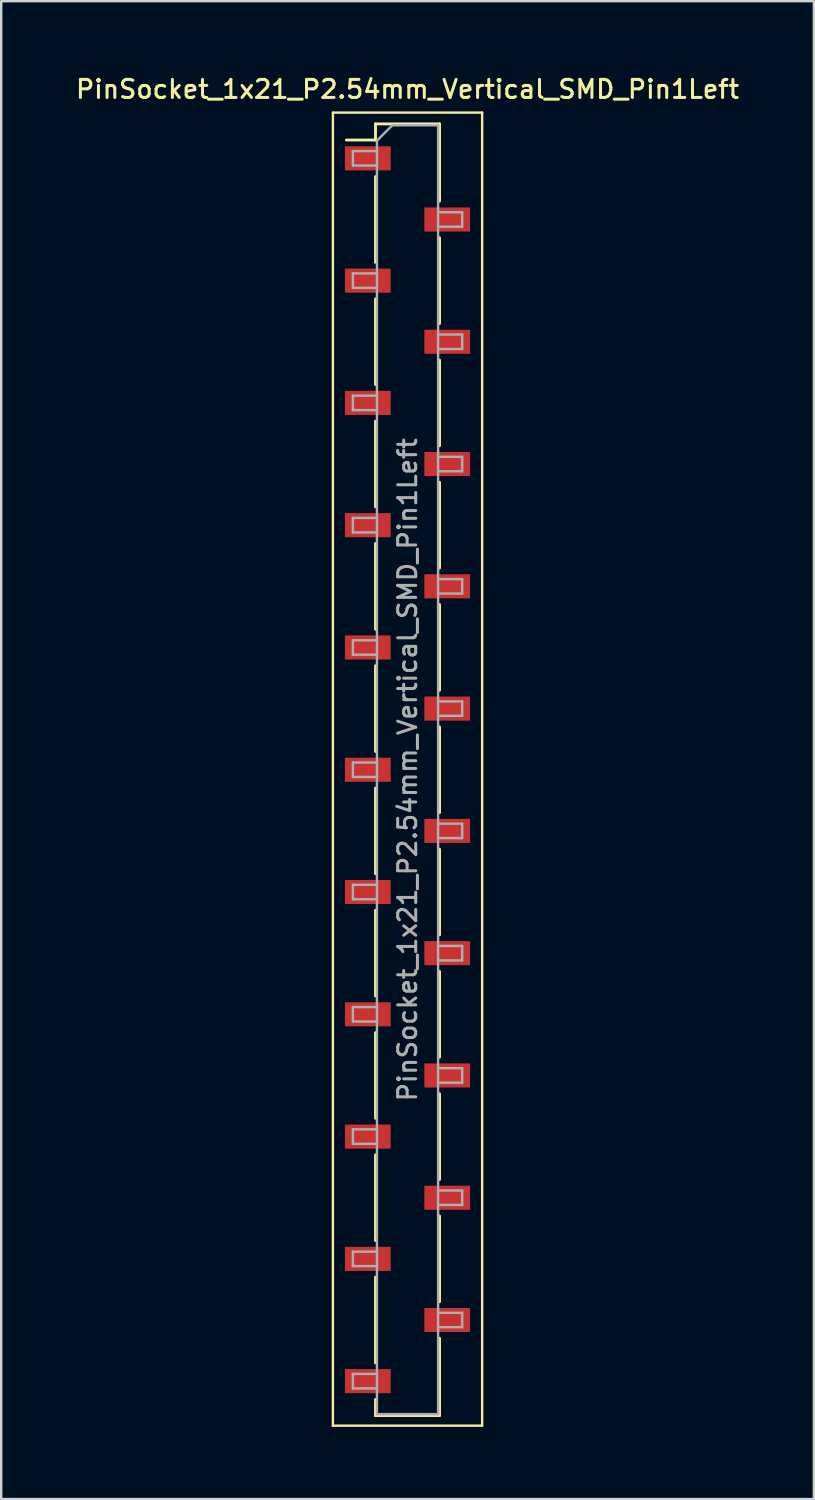
<source format=kicad_pcb>
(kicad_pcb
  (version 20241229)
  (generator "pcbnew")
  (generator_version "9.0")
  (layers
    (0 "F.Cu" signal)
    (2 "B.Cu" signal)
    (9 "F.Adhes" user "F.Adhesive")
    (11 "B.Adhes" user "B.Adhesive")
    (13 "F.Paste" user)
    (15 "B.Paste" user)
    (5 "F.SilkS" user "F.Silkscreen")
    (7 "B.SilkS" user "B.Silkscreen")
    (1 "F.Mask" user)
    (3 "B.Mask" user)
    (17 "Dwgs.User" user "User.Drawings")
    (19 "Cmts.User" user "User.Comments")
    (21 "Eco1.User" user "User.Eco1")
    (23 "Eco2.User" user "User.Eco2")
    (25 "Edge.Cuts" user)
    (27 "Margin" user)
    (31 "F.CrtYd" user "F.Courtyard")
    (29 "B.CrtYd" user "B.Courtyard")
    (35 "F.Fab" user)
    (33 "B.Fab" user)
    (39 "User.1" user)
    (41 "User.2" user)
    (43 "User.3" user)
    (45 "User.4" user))
  (footprint "PinSocket_1x21_P2.54mm_Vertical_SMD_Pin1Left"
    (layer "F.Cu")
    (at 13.88 28.928)
    (property "Reference" "PinSocket_1x21_P2.54mm_Vertical_SMD_Pin1Left" (at 0 -28.27 0) (layer "F.SilkS") (effects (font (size 0.75 0.75) (thickness 0.125))))
    (attr smd)
    (fp_line (start -3.1 -27.3) (end 3.1 -27.3) (stroke (width 0.1) (type solid)) (layer "F.SilkS"))
    (fp_line (start -3.1 27.25) (end -3.1 -27.3) (stroke (width 0.1) (type solid)) (layer "F.SilkS"))
    (fp_line (start -2.54 -26.16) (end -1.33 -26.16) (stroke (width 0.12) (type solid)) (layer "F.SilkS"))
    (fp_line (start -1.33 -26.83) (end -1.33 -26.16) (stroke (width 0.12) (type solid)) (layer "F.SilkS"))
    (fp_line (start -1.33 -26.83) (end 1.33 -26.83) (stroke (width 0.12) (type solid)) (layer "F.SilkS"))
    (fp_line (start -1.33 -24.64) (end -1.33 -21.08) (stroke (width 0.12) (type solid)) (layer "F.SilkS"))
    (fp_line (start -1.33 -19.56) (end -1.33 -16) (stroke (width 0.12) (type solid)) (layer "F.SilkS"))
    (fp_line (start -1.33 -14.48) (end -1.33 -10.92) (stroke (width 0.12) (type solid)) (layer "F.SilkS"))
    (fp_line (start -1.33 -9.4) (end -1.33 -5.84) (stroke (width 0.12) (type solid)) (layer "F.SilkS"))
    (fp_line (start -1.33 -4.32) (end -1.33 -0.76) (stroke (width 0.12) (type solid)) (layer "F.SilkS"))
    (fp_line (start -1.33 0.76) (end -1.33 4.32) (stroke (width 0.12) (type solid)) (layer "F.SilkS"))
    (fp_line (start -1.33 5.84) (end -1.33 9.4) (stroke (width 0.12) (type solid)) (layer "F.SilkS"))
    (fp_line (start -1.33 10.92) (end -1.33 14.48) (stroke (width 0.12) (type solid)) (layer "F.SilkS"))
    (fp_line (start -1.33 16) (end -1.33 19.56) (stroke (width 0.12) (type solid)) (layer "F.SilkS"))
    (fp_line (start -1.33 21.08) (end -1.33 24.64) (stroke (width 0.12) (type solid)) (layer "F.SilkS"))
    (fp_line (start -1.33 26.16) (end -1.33 26.83) (stroke (width 0.12) (type solid)) (layer "F.SilkS"))
    (fp_line (start -1.33 26.83) (end 1.33 26.83) (stroke (width 0.12) (type solid)) (layer "F.SilkS"))
    (fp_line (start 1.33 -26.83) (end 1.33 -23.62) (stroke (width 0.12) (type solid)) (layer "F.SilkS"))
    (fp_line (start 1.33 -22.1) (end 1.33 -18.54) (stroke (width 0.12) (type solid)) (layer "F.SilkS"))
    (fp_line (start 1.33 -17.02) (end 1.33 -13.46) (stroke (width 0.12) (type solid)) (layer "F.SilkS"))
    (fp_line (start 1.33 -11.94) (end 1.33 -8.38) (stroke (width 0.12) (type solid)) (layer "F.SilkS"))
    (fp_line (start 1.33 -6.86) (end 1.33 -3.3) (stroke (width 0.12) (type solid)) (layer "F.SilkS"))
    (fp_line (start 1.33 -1.78) (end 1.33 1.78) (stroke (width 0.12) (type solid)) (layer "F.SilkS"))
    (fp_line (start 1.33 3.3) (end 1.33 6.86) (stroke (width 0.12) (type solid)) (layer "F.SilkS"))
    (fp_line (start 1.33 8.38) (end 1.33 11.94) (stroke (width 0.12) (type solid)) (layer "F.SilkS"))
    (fp_line (start 1.33 13.46) (end 1.33 17.02) (stroke (width 0.12) (type solid)) (layer "F.SilkS"))
    (fp_line (start 1.33 18.54) (end 1.33 22.1) (stroke (width 0.12) (type solid)) (layer "F.SilkS"))
    (fp_line (start 1.33 23.62) (end 1.33 26.83) (stroke (width 0.12) (type solid)) (layer "F.SilkS"))
    (fp_line (start 3.1 -27.3) (end 3.1 27.25) (stroke (width 0.1) (type solid)) (layer "F.SilkS"))
    (fp_line (start 3.1 27.25) (end -3.1 27.25) (stroke (width 0.1) (type solid)) (layer "F.SilkS"))
    (fp_line (start -2.27 -25.7) (end -1.27 -25.7) (stroke (width 0.1) (type solid)) (layer "F.Fab"))
    (fp_line (start -2.27 -25.1) (end -2.27 -25.7) (stroke (width 0.1) (type solid)) (layer "F.Fab"))
    (fp_line (start -2.27 -20.62) (end -1.27 -20.62) (stroke (width 0.1) (type solid)) (layer "F.Fab"))
    (fp_line (start -2.27 -20.02) (end -2.27 -20.62) (stroke (width 0.1) (type solid)) (layer "F.Fab"))
    (fp_line (start -2.27 -15.54) (end -1.27 -15.54) (stroke (width 0.1) (type solid)) (layer "F.Fab"))
    (fp_line (start -2.27 -14.94) (end -2.27 -15.54) (stroke (width 0.1) (type solid)) (layer "F.Fab"))
    (fp_line (start -2.27 -10.46) (end -1.27 -10.46) (stroke (width 0.1) (type solid)) (layer "F.Fab"))
    (fp_line (start -2.27 -9.86) (end -2.27 -10.46) (stroke (width 0.1) (type solid)) (layer "F.Fab"))
    (fp_line (start -2.27 -5.38) (end -1.27 -5.38) (stroke (width 0.1) (type solid)) (layer "F.Fab"))
    (fp_line (start -2.27 -4.78) (end -2.27 -5.38) (stroke (width 0.1) (type solid)) (layer "F.Fab"))
    (fp_line (start -2.27 -0.3) (end -1.27 -0.3) (stroke (width 0.1) (type solid)) (layer "F.Fab"))
    (fp_line (start -2.27 0.3) (end -2.27 -0.3) (stroke (width 0.1) (type solid)) (layer "F.Fab"))
    (fp_line (start -2.27 4.78) (end -1.27 4.78) (stroke (width 0.1) (type solid)) (layer "F.Fab"))
    (fp_line (start -2.27 5.38) (end -2.27 4.78) (stroke (width 0.1) (type solid)) (layer "F.Fab"))
    (fp_line (start -2.27 9.86) (end -1.27 9.86) (stroke (width 0.1) (type solid)) (layer "F.Fab"))
    (fp_line (start -2.27 10.46) (end -2.27 9.86) (stroke (width 0.1) (type solid)) (layer "F.Fab"))
    (fp_line (start -2.27 14.94) (end -1.27 14.94) (stroke (width 0.1) (type solid)) (layer "F.Fab"))
    (fp_line (start -2.27 15.54) (end -2.27 14.94) (stroke (width 0.1) (type solid)) (layer "F.Fab"))
    (fp_line (start -2.27 20.02) (end -1.27 20.02) (stroke (width 0.1) (type solid)) (layer "F.Fab"))
    (fp_line (start -2.27 20.62) (end -2.27 20.02) (stroke (width 0.1) (type solid)) (layer "F.Fab"))
    (fp_line (start -2.27 25.1) (end -1.27 25.1) (stroke (width 0.1) (type solid)) (layer "F.Fab"))
    (fp_line (start -2.27 25.7) (end -2.27 25.1) (stroke (width 0.1) (type solid)) (layer "F.Fab"))
    (fp_line (start -1.27 -26.135) (end -0.635 -26.77) (stroke (width 0.1) (type solid)) (layer "F.Fab"))
    (fp_line (start -1.27 -25.1) (end -2.27 -25.1) (stroke (width 0.1) (type solid)) (layer "F.Fab"))
    (fp_line (start -1.27 -20.02) (end -2.27 -20.02) (stroke (width 0.1) (type solid)) (layer "F.Fab"))
    (fp_line (start -1.27 -14.94) (end -2.27 -14.94) (stroke (width 0.1) (type solid)) (layer "F.Fab"))
    (fp_line (start -1.27 -9.86) (end -2.27 -9.86) (stroke (width 0.1) (type solid)) (layer "F.Fab"))
    (fp_line (start -1.27 -4.78) (end -2.27 -4.78) (stroke (width 0.1) (type solid)) (layer "F.Fab"))
    (fp_line (start -1.27 0.3) (end -2.27 0.3) (stroke (width 0.1) (type solid)) (layer "F.Fab"))
    (fp_line (start -1.27 5.38) (end -2.27 5.38) (stroke (width 0.1) (type solid)) (layer "F.Fab"))
    (fp_line (start -1.27 10.46) (end -2.27 10.46) (stroke (width 0.1) (type solid)) (layer "F.Fab"))
    (fp_line (start -1.27 15.54) (end -2.27 15.54) (stroke (width 0.1) (type solid)) (layer "F.Fab"))
    (fp_line (start -1.27 20.62) (end -2.27 20.62) (stroke (width 0.1) (type solid)) (layer "F.Fab"))
    (fp_line (start -1.27 25.7) (end -2.27 25.7) (stroke (width 0.1) (type solid)) (layer "F.Fab"))
    (fp_line (start -1.27 26.77) (end -1.27 -26.135) (stroke (width 0.1) (type solid)) (layer "F.Fab"))
    (fp_line (start -0.635 -26.77) (end 1.27 -26.77) (stroke (width 0.1) (type solid)) (layer "F.Fab"))
    (fp_line (start 1.27 -26.77) (end 1.27 26.77) (stroke (width 0.1) (type solid)) (layer "F.Fab"))
    (fp_line (start 1.27 -23.16) (end 2.27 -23.16) (stroke (width 0.1) (type solid)) (layer "F.Fab"))
    (fp_line (start 1.27 -18.08) (end 2.27 -18.08) (stroke (width 0.1) (type solid)) (layer "F.Fab"))
    (fp_line (start 1.27 -13) (end 2.27 -13) (stroke (width 0.1) (type solid)) (layer "F.Fab"))
    (fp_line (start 1.27 -7.92) (end 2.27 -7.92) (stroke (width 0.1) (type solid)) (layer "F.Fab"))
    (fp_line (start 1.27 -2.84) (end 2.27 -2.84) (stroke (width 0.1) (type solid)) (layer "F.Fab"))
    (fp_line (start 1.27 2.24) (end 2.27 2.24) (stroke (width 0.1) (type solid)) (layer "F.Fab"))
    (fp_line (start 1.27 7.32) (end 2.27 7.32) (stroke (width 0.1) (type solid)) (layer "F.Fab"))
    (fp_line (start 1.27 12.4) (end 2.27 12.4) (stroke (width 0.1) (type solid)) (layer "F.Fab"))
    (fp_line (start 1.27 17.48) (end 2.27 17.48) (stroke (width 0.1) (type solid)) (layer "F.Fab"))
    (fp_line (start 1.27 22.56) (end 2.27 22.56) (stroke (width 0.1) (type solid)) (layer "F.Fab"))
    (fp_line (start 1.27 26.77) (end -1.27 26.77) (stroke (width 0.1) (type solid)) (layer "F.Fab"))
    (fp_line (start 2.27 -23.16) (end 2.27 -22.56) (stroke (width 0.1) (type solid)) (layer "F.Fab"))
    (fp_line (start 2.27 -22.56) (end 1.27 -22.56) (stroke (width 0.1) (type solid)) (layer "F.Fab"))
    (fp_line (start 2.27 -18.08) (end 2.27 -17.48) (stroke (width 0.1) (type solid)) (layer "F.Fab"))
    (fp_line (start 2.27 -17.48) (end 1.27 -17.48) (stroke (width 0.1) (type solid)) (layer "F.Fab"))
    (fp_line (start 2.27 -13) (end 2.27 -12.4) (stroke (width 0.1) (type solid)) (layer "F.Fab"))
    (fp_line (start 2.27 -12.4) (end 1.27 -12.4) (stroke (width 0.1) (type solid)) (layer "F.Fab"))
    (fp_line (start 2.27 -7.92) (end 2.27 -7.32) (stroke (width 0.1) (type solid)) (layer "F.Fab"))
    (fp_line (start 2.27 -7.32) (end 1.27 -7.32) (stroke (width 0.1) (type solid)) (layer "F.Fab"))
    (fp_line (start 2.27 -2.84) (end 2.27 -2.24) (stroke (width 0.1) (type solid)) (layer "F.Fab"))
    (fp_line (start 2.27 -2.24) (end 1.27 -2.24) (stroke (width 0.1) (type solid)) (layer "F.Fab"))
    (fp_line (start 2.27 2.24) (end 2.27 2.84) (stroke (width 0.1) (type solid)) (layer "F.Fab"))
    (fp_line (start 2.27 2.84) (end 1.27 2.84) (stroke (width 0.1) (type solid)) (layer "F.Fab"))
    (fp_line (start 2.27 7.32) (end 2.27 7.92) (stroke (width 0.1) (type solid)) (layer "F.Fab"))
    (fp_line (start 2.27 7.92) (end 1.27 7.92) (stroke (width 0.1) (type solid)) (layer "F.Fab"))
    (fp_line (start 2.27 12.4) (end 2.27 13) (stroke (width 0.1) (type solid)) (layer "F.Fab"))
    (fp_line (start 2.27 13) (end 1.27 13) (stroke (width 0.1) (type solid)) (layer "F.Fab"))
    (fp_line (start 2.27 17.48) (end 2.27 18.08) (stroke (width 0.1) (type solid)) (layer "F.Fab"))
    (fp_line (start 2.27 18.08) (end 1.27 18.08) (stroke (width 0.1) (type solid)) (layer "F.Fab"))
    (fp_line (start 2.27 22.56) (end 2.27 23.16) (stroke (width 0.1) (type solid)) (layer "F.Fab"))
    (fp_line (start 2.27 23.16) (end 1.27 23.16) (stroke (width 0.1) (type solid)) (layer "F.Fab"))
    (fp_text user "${REFERENCE}" (at 0 0 90) (layer "F.Fab") (effects (font (size 0.75 0.75) (thickness 0.125))))
    (pad "1" smd rect (at -1.65 -25.4) (size 1.9 1) (layers "F.Cu" "F.Mask" "F.Paste"))
    (pad "2" smd rect (at 1.65 -22.86) (size 1.9 1) (layers "F.Cu" "F.Mask" "F.Paste"))
    (pad "3" smd rect (at -1.65 -20.32) (size 1.9 1) (layers "F.Cu" "F.Mask" "F.Paste"))
    (pad "4" smd rect (at 1.65 -17.78) (size 1.9 1) (layers "F.Cu" "F.Mask" "F.Paste"))
    (pad "5" smd rect (at -1.65 -15.24) (size 1.9 1) (layers "F.Cu" "F.Mask" "F.Paste"))
    (pad "6" smd rect (at 1.65 -12.7) (size 1.9 1) (layers "F.Cu" "F.Mask" "F.Paste"))
    (pad "7" smd rect (at -1.65 -10.16) (size 1.9 1) (layers "F.Cu" "F.Mask" "F.Paste"))
    (pad "8" smd rect (at 1.65 -7.62) (size 1.9 1) (layers "F.Cu" "F.Mask" "F.Paste"))
    (pad "9" smd rect (at -1.65 -5.08) (size 1.9 1) (layers "F.Cu" "F.Mask" "F.Paste"))
    (pad "10" smd rect (at 1.65 -2.54) (size 1.9 1) (layers "F.Cu" "F.Mask" "F.Paste"))
    (pad "11" smd rect (at -1.65 0) (size 1.9 1) (layers "F.Cu" "F.Mask" "F.Paste"))
    (pad "12" smd rect (at 1.65 2.54) (size 1.9 1) (layers "F.Cu" "F.Mask" "F.Paste"))
    (pad "13" smd rect (at -1.65 5.08) (size 1.9 1) (layers "F.Cu" "F.Mask" "F.Paste"))
    (pad "14" smd rect (at 1.65 7.62) (size 1.9 1) (layers "F.Cu" "F.Mask" "F.Paste"))
    (pad "15" smd rect (at -1.65 10.16) (size 1.9 1) (layers "F.Cu" "F.Mask" "F.Paste"))
    (pad "16" smd rect (at 1.65 12.7) (size 1.9 1) (layers "F.Cu" "F.Mask" "F.Paste"))
    (pad "17" smd rect (at -1.65 15.24) (size 1.9 1) (layers "F.Cu" "F.Mask" "F.Paste"))
    (pad "18" smd rect (at 1.65 17.78) (size 1.9 1) (layers "F.Cu" "F.Mask" "F.Paste"))
    (pad "19" smd rect (at -1.65 20.32) (size 1.9 1) (layers "F.Cu" "F.Mask" "F.Paste"))
    (pad "20" smd rect (at 1.65 22.86) (size 1.9 1) (layers "F.Cu" "F.Mask" "F.Paste"))
    (pad "21" smd rect (at -1.65 25.4) (size 1.9 1) (layers "F.Cu" "F.Mask" "F.Paste")))
  (gr_rect
    (start -3 -3)
    (end 30.761 59.228)
    (stroke (width 0.1) (type default))
    (fill no)
    (layer "Edge.Cuts")))
</source>
